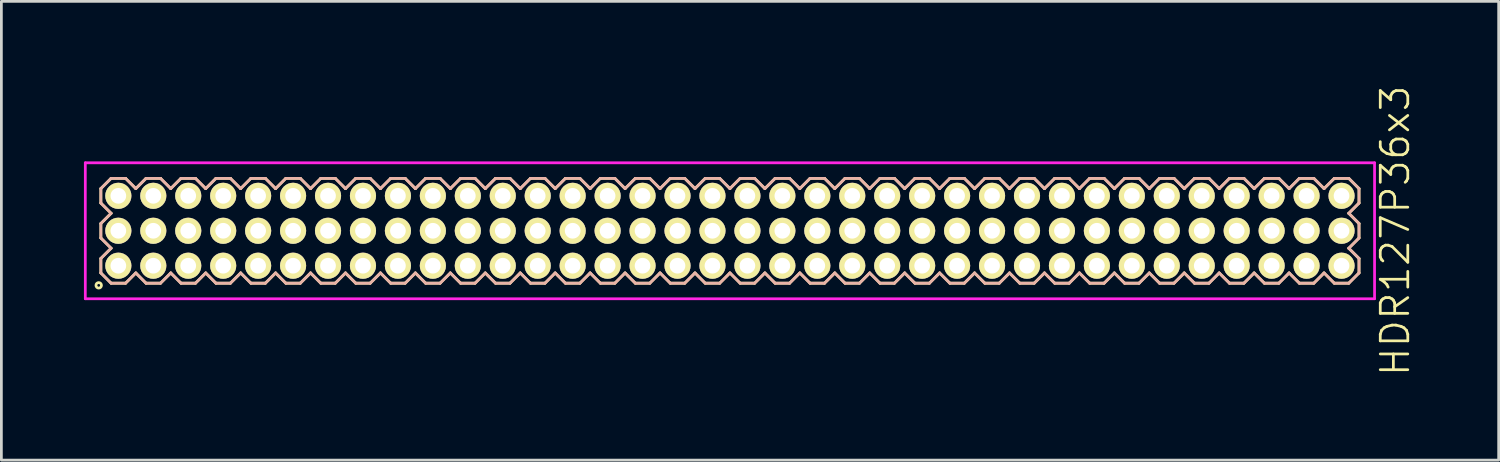
<source format=kicad_pcb>
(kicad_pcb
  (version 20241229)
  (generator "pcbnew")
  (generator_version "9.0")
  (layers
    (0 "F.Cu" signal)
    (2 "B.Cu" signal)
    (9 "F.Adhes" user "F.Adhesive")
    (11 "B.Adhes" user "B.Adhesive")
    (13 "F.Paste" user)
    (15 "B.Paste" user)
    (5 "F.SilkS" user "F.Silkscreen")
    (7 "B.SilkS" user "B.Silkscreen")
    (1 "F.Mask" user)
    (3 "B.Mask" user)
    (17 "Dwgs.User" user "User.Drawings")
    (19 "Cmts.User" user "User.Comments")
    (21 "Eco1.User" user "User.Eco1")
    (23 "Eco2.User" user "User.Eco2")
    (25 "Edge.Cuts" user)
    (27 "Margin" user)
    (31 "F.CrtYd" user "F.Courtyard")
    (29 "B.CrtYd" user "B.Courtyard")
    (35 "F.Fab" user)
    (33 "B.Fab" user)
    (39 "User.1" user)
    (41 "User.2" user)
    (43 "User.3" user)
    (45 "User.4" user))
  (footprint "HDR127P36x3"
    (layer "F.Cu")
    (at 23.475 5.336)
    (property "Reference" "HDR127P36x3" (at 24.175 0 90) (layer "F.SilkS") (effects (font (size 1 1) (thickness 0.1))))
    (attr through_hole)
    (fp_line (start -22.86 -1.533) (end -22.488 -1.905) (stroke (width 0.1) (type solid)) (layer "F.SilkS"))
    (fp_line (start -22.86 -1.007) (end -22.86 -1.533) (stroke (width 0.1) (type solid)) (layer "F.SilkS"))
    (fp_line (start -22.86 -0.263) (end -22.488 -0.635) (stroke (width 0.1) (type solid)) (layer "F.SilkS"))
    (fp_line (start -22.86 0.263) (end -22.86 -0.263) (stroke (width 0.1) (type solid)) (layer "F.SilkS"))
    (fp_line (start -22.86 1.007) (end -22.488 0.635) (stroke (width 0.1) (type solid)) (layer "F.SilkS"))
    (fp_line (start -22.86 1.533) (end -22.86 1.007) (stroke (width 0.1) (type solid)) (layer "F.SilkS"))
    (fp_line (start -22.488 -1.905) (end -21.962 -1.905) (stroke (width 0.1) (type solid)) (layer "F.SilkS"))
    (fp_line (start -22.488 -0.635) (end -22.86 -1.007) (stroke (width 0.1) (type solid)) (layer "F.SilkS"))
    (fp_line (start -22.488 0.635) (end -22.86 0.263) (stroke (width 0.1) (type solid)) (layer "F.SilkS"))
    (fp_line (start -22.488 1.905) (end -22.86 1.533) (stroke (width 0.1) (type solid)) (layer "F.SilkS"))
    (fp_line (start -21.962 -1.905) (end -21.59 -1.533) (stroke (width 0.1) (type solid)) (layer "F.SilkS"))
    (fp_line (start -21.962 1.905) (end -22.488 1.905) (stroke (width 0.1) (type solid)) (layer "F.SilkS"))
    (fp_line (start -21.59 -1.533) (end -21.218 -1.905) (stroke (width 0.1) (type solid)) (layer "F.SilkS"))
    (fp_line (start -21.59 1.533) (end -21.962 1.905) (stroke (width 0.1) (type solid)) (layer "F.SilkS"))
    (fp_line (start -21.218 -1.905) (end -20.692 -1.905) (stroke (width 0.1) (type solid)) (layer "F.SilkS"))
    (fp_line (start -21.218 1.905) (end -21.59 1.533) (stroke (width 0.1) (type solid)) (layer "F.SilkS"))
    (fp_line (start -20.692 -1.905) (end -20.32 -1.533) (stroke (width 0.1) (type solid)) (layer "F.SilkS"))
    (fp_line (start -20.692 1.905) (end -21.218 1.905) (stroke (width 0.1) (type solid)) (layer "F.SilkS"))
    (fp_line (start -20.32 -1.533) (end -19.948 -1.905) (stroke (width 0.1) (type solid)) (layer "F.SilkS"))
    (fp_line (start -20.32 1.533) (end -20.692 1.905) (stroke (width 0.1) (type solid)) (layer "F.SilkS"))
    (fp_line (start -19.948 -1.905) (end -19.422 -1.905) (stroke (width 0.1) (type solid)) (layer "F.SilkS"))
    (fp_line (start -19.948 1.905) (end -20.32 1.533) (stroke (width 0.1) (type solid)) (layer "F.SilkS"))
    (fp_line (start -19.422 -1.905) (end -19.05 -1.533) (stroke (width 0.1) (type solid)) (layer "F.SilkS"))
    (fp_line (start -19.422 1.905) (end -19.948 1.905) (stroke (width 0.1) (type solid)) (layer "F.SilkS"))
    (fp_line (start -19.05 -1.533) (end -18.678 -1.905) (stroke (width 0.1) (type solid)) (layer "F.SilkS"))
    (fp_line (start -19.05 1.533) (end -19.422 1.905) (stroke (width 0.1) (type solid)) (layer "F.SilkS"))
    (fp_line (start -18.678 -1.905) (end -18.152 -1.905) (stroke (width 0.1) (type solid)) (layer "F.SilkS"))
    (fp_line (start -18.678 1.905) (end -19.05 1.533) (stroke (width 0.1) (type solid)) (layer "F.SilkS"))
    (fp_line (start -18.152 -1.905) (end -17.78 -1.533) (stroke (width 0.1) (type solid)) (layer "F.SilkS"))
    (fp_line (start -18.152 1.905) (end -18.678 1.905) (stroke (width 0.1) (type solid)) (layer "F.SilkS"))
    (fp_line (start -17.78 -1.533) (end -17.408 -1.905) (stroke (width 0.1) (type solid)) (layer "F.SilkS"))
    (fp_line (start -17.78 1.533) (end -18.152 1.905) (stroke (width 0.1) (type solid)) (layer "F.SilkS"))
    (fp_line (start -17.408 -1.905) (end -16.882 -1.905) (stroke (width 0.1) (type solid)) (layer "F.SilkS"))
    (fp_line (start -17.408 1.905) (end -17.78 1.533) (stroke (width 0.1) (type solid)) (layer "F.SilkS"))
    (fp_line (start -16.882 -1.905) (end -16.51 -1.533) (stroke (width 0.1) (type solid)) (layer "F.SilkS"))
    (fp_line (start -16.882 1.905) (end -17.408 1.905) (stroke (width 0.1) (type solid)) (layer "F.SilkS"))
    (fp_line (start -16.51 -1.533) (end -16.138 -1.905) (stroke (width 0.1) (type solid)) (layer "F.SilkS"))
    (fp_line (start -16.51 1.533) (end -16.882 1.905) (stroke (width 0.1) (type solid)) (layer "F.SilkS"))
    (fp_line (start -16.138 -1.905) (end -15.612 -1.905) (stroke (width 0.1) (type solid)) (layer "F.SilkS"))
    (fp_line (start -16.138 1.905) (end -16.51 1.533) (stroke (width 0.1) (type solid)) (layer "F.SilkS"))
    (fp_line (start -15.612 -1.905) (end -15.24 -1.533) (stroke (width 0.1) (type solid)) (layer "F.SilkS"))
    (fp_line (start -15.612 1.905) (end -16.138 1.905) (stroke (width 0.1) (type solid)) (layer "F.SilkS"))
    (fp_line (start -15.24 -1.533) (end -14.868 -1.905) (stroke (width 0.1) (type solid)) (layer "F.SilkS"))
    (fp_line (start -15.24 1.533) (end -15.612 1.905) (stroke (width 0.1) (type solid)) (layer "F.SilkS"))
    (fp_line (start -14.868 -1.905) (end -14.342 -1.905) (stroke (width 0.1) (type solid)) (layer "F.SilkS"))
    (fp_line (start -14.868 1.905) (end -15.24 1.533) (stroke (width 0.1) (type solid)) (layer "F.SilkS"))
    (fp_line (start -14.342 -1.905) (end -13.97 -1.533) (stroke (width 0.1) (type solid)) (layer "F.SilkS"))
    (fp_line (start -14.342 1.905) (end -14.868 1.905) (stroke (width 0.1) (type solid)) (layer "F.SilkS"))
    (fp_line (start -13.97 -1.533) (end -13.598 -1.905) (stroke (width 0.1) (type solid)) (layer "F.SilkS"))
    (fp_line (start -13.97 1.533) (end -14.342 1.905) (stroke (width 0.1) (type solid)) (layer "F.SilkS"))
    (fp_line (start -13.598 -1.905) (end -13.072 -1.905) (stroke (width 0.1) (type solid)) (layer "F.SilkS"))
    (fp_line (start -13.598 1.905) (end -13.97 1.533) (stroke (width 0.1) (type solid)) (layer "F.SilkS"))
    (fp_line (start -13.072 -1.905) (end -12.7 -1.533) (stroke (width 0.1) (type solid)) (layer "F.SilkS"))
    (fp_line (start -13.072 1.905) (end -13.598 1.905) (stroke (width 0.1) (type solid)) (layer "F.SilkS"))
    (fp_line (start -12.7 -1.533) (end -12.328 -1.905) (stroke (width 0.1) (type solid)) (layer "F.SilkS"))
    (fp_line (start -12.7 1.533) (end -13.072 1.905) (stroke (width 0.1) (type solid)) (layer "F.SilkS"))
    (fp_line (start -12.328 -1.905) (end -11.802 -1.905) (stroke (width 0.1) (type solid)) (layer "F.SilkS"))
    (fp_line (start -12.328 1.905) (end -12.7 1.533) (stroke (width 0.1) (type solid)) (layer "F.SilkS"))
    (fp_line (start -11.802 -1.905) (end -11.43 -1.533) (stroke (width 0.1) (type solid)) (layer "F.SilkS"))
    (fp_line (start -11.802 1.905) (end -12.328 1.905) (stroke (width 0.1) (type solid)) (layer "F.SilkS"))
    (fp_line (start -11.43 -1.533) (end -11.058 -1.905) (stroke (width 0.1) (type solid)) (layer "F.SilkS"))
    (fp_line (start -11.43 1.533) (end -11.802 1.905) (stroke (width 0.1) (type solid)) (layer "F.SilkS"))
    (fp_line (start -11.058 -1.905) (end -10.532 -1.905) (stroke (width 0.1) (type solid)) (layer "F.SilkS"))
    (fp_line (start -11.058 1.905) (end -11.43 1.533) (stroke (width 0.1) (type solid)) (layer "F.SilkS"))
    (fp_line (start -10.532 -1.905) (end -10.16 -1.533) (stroke (width 0.1) (type solid)) (layer "F.SilkS"))
    (fp_line (start -10.532 1.905) (end -11.058 1.905) (stroke (width 0.1) (type solid)) (layer "F.SilkS"))
    (fp_line (start -10.16 -1.533) (end -9.788 -1.905) (stroke (width 0.1) (type solid)) (layer "F.SilkS"))
    (fp_line (start -10.16 1.533) (end -10.532 1.905) (stroke (width 0.1) (type solid)) (layer "F.SilkS"))
    (fp_line (start -9.788 -1.905) (end -9.262 -1.905) (stroke (width 0.1) (type solid)) (layer "F.SilkS"))
    (fp_line (start -9.788 1.905) (end -10.16 1.533) (stroke (width 0.1) (type solid)) (layer "F.SilkS"))
    (fp_line (start -9.262 -1.905) (end -8.89 -1.533) (stroke (width 0.1) (type solid)) (layer "F.SilkS"))
    (fp_line (start -9.262 1.905) (end -9.788 1.905) (stroke (width 0.1) (type solid)) (layer "F.SilkS"))
    (fp_line (start -8.89 -1.533) (end -8.518 -1.905) (stroke (width 0.1) (type solid)) (layer "F.SilkS"))
    (fp_line (start -8.89 1.533) (end -9.262 1.905) (stroke (width 0.1) (type solid)) (layer "F.SilkS"))
    (fp_line (start -8.518 -1.905) (end -7.992 -1.905) (stroke (width 0.1) (type solid)) (layer "F.SilkS"))
    (fp_line (start -8.518 1.905) (end -8.89 1.533) (stroke (width 0.1) (type solid)) (layer "F.SilkS"))
    (fp_line (start -7.992 -1.905) (end -7.62 -1.533) (stroke (width 0.1) (type solid)) (layer "F.SilkS"))
    (fp_line (start -7.992 1.905) (end -8.518 1.905) (stroke (width 0.1) (type solid)) (layer "F.SilkS"))
    (fp_line (start -7.62 -1.533) (end -7.248 -1.905) (stroke (width 0.1) (type solid)) (layer "F.SilkS"))
    (fp_line (start -7.62 1.533) (end -7.992 1.905) (stroke (width 0.1) (type solid)) (layer "F.SilkS"))
    (fp_line (start -7.248 -1.905) (end -6.722 -1.905) (stroke (width 0.1) (type solid)) (layer "F.SilkS"))
    (fp_line (start -7.248 1.905) (end -7.62 1.533) (stroke (width 0.1) (type solid)) (layer "F.SilkS"))
    (fp_line (start -6.722 -1.905) (end -6.35 -1.533) (stroke (width 0.1) (type solid)) (layer "F.SilkS"))
    (fp_line (start -6.722 1.905) (end -7.248 1.905) (stroke (width 0.1) (type solid)) (layer "F.SilkS"))
    (fp_line (start -6.35 -1.533) (end -5.978 -1.905) (stroke (width 0.1) (type solid)) (layer "F.SilkS"))
    (fp_line (start -6.35 1.533) (end -6.722 1.905) (stroke (width 0.1) (type solid)) (layer "F.SilkS"))
    (fp_line (start -5.978 -1.905) (end -5.452 -1.905) (stroke (width 0.1) (type solid)) (layer "F.SilkS"))
    (fp_line (start -5.978 1.905) (end -6.35 1.533) (stroke (width 0.1) (type solid)) (layer "F.SilkS"))
    (fp_line (start -5.452 -1.905) (end -5.08 -1.533) (stroke (width 0.1) (type solid)) (layer "F.SilkS"))
    (fp_line (start -5.452 1.905) (end -5.978 1.905) (stroke (width 0.1) (type solid)) (layer "F.SilkS"))
    (fp_line (start -5.08 -1.533) (end -4.708 -1.905) (stroke (width 0.1) (type solid)) (layer "F.SilkS"))
    (fp_line (start -5.08 1.533) (end -5.452 1.905) (stroke (width 0.1) (type solid)) (layer "F.SilkS"))
    (fp_line (start -4.708 -1.905) (end -4.182 -1.905) (stroke (width 0.1) (type solid)) (layer "F.SilkS"))
    (fp_line (start -4.708 1.905) (end -5.08 1.533) (stroke (width 0.1) (type solid)) (layer "F.SilkS"))
    (fp_line (start -4.182 -1.905) (end -3.81 -1.533) (stroke (width 0.1) (type solid)) (layer "F.SilkS"))
    (fp_line (start -4.182 1.905) (end -4.708 1.905) (stroke (width 0.1) (type solid)) (layer "F.SilkS"))
    (fp_line (start -3.81 -1.533) (end -3.438 -1.905) (stroke (width 0.1) (type solid)) (layer "F.SilkS"))
    (fp_line (start -3.81 1.533) (end -4.182 1.905) (stroke (width 0.1) (type solid)) (layer "F.SilkS"))
    (fp_line (start -3.438 -1.905) (end -2.912 -1.905) (stroke (width 0.1) (type solid)) (layer "F.SilkS"))
    (fp_line (start -3.438 1.905) (end -3.81 1.533) (stroke (width 0.1) (type solid)) (layer "F.SilkS"))
    (fp_line (start -2.912 -1.905) (end -2.54 -1.533) (stroke (width 0.1) (type solid)) (layer "F.SilkS"))
    (fp_line (start -2.912 1.905) (end -3.438 1.905) (stroke (width 0.1) (type solid)) (layer "F.SilkS"))
    (fp_line (start -2.54 -1.533) (end -2.168 -1.905) (stroke (width 0.1) (type solid)) (layer "F.SilkS"))
    (fp_line (start -2.54 1.533) (end -2.912 1.905) (stroke (width 0.1) (type solid)) (layer "F.SilkS"))
    (fp_line (start -2.168 -1.905) (end -1.642 -1.905) (stroke (width 0.1) (type solid)) (layer "F.SilkS"))
    (fp_line (start -2.168 1.905) (end -2.54 1.533) (stroke (width 0.1) (type solid)) (layer "F.SilkS"))
    (fp_line (start -1.642 -1.905) (end -1.27 -1.533) (stroke (width 0.1) (type solid)) (layer "F.SilkS"))
    (fp_line (start -1.642 1.905) (end -2.168 1.905) (stroke (width 0.1) (type solid)) (layer "F.SilkS"))
    (fp_line (start -1.27 -1.533) (end -0.898 -1.905) (stroke (width 0.1) (type solid)) (layer "F.SilkS"))
    (fp_line (start -1.27 1.533) (end -1.642 1.905) (stroke (width 0.1) (type solid)) (layer "F.SilkS"))
    (fp_line (start -0.898 -1.905) (end -0.372 -1.905) (stroke (width 0.1) (type solid)) (layer "F.SilkS"))
    (fp_line (start -0.898 1.905) (end -1.27 1.533) (stroke (width 0.1) (type solid)) (layer "F.SilkS"))
    (fp_line (start -0.372 -1.905) (end 0 -1.533) (stroke (width 0.1) (type solid)) (layer "F.SilkS"))
    (fp_line (start -0.372 1.905) (end -0.898 1.905) (stroke (width 0.1) (type solid)) (layer "F.SilkS"))
    (fp_line (start 0 -1.533) (end 0.372 -1.905) (stroke (width 0.1) (type solid)) (layer "F.SilkS"))
    (fp_line (start 0 1.533) (end -0.372 1.905) (stroke (width 0.1) (type solid)) (layer "F.SilkS"))
    (fp_line (start 0.372 -1.905) (end 0.898 -1.905) (stroke (width 0.1) (type solid)) (layer "F.SilkS"))
    (fp_line (start 0.372 1.905) (end 0 1.533) (stroke (width 0.1) (type solid)) (layer "F.SilkS"))
    (fp_line (start 0.898 -1.905) (end 1.27 -1.533) (stroke (width 0.1) (type solid)) (layer "F.SilkS"))
    (fp_line (start 0.898 1.905) (end 0.372 1.905) (stroke (width 0.1) (type solid)) (layer "F.SilkS"))
    (fp_line (start 1.27 -1.533) (end 1.642 -1.905) (stroke (width 0.1) (type solid)) (layer "F.SilkS"))
    (fp_line (start 1.27 1.533) (end 0.898 1.905) (stroke (width 0.1) (type solid)) (layer "F.SilkS"))
    (fp_line (start 1.642 -1.905) (end 2.168 -1.905) (stroke (width 0.1) (type solid)) (layer "F.SilkS"))
    (fp_line (start 1.642 1.905) (end 1.27 1.533) (stroke (width 0.1) (type solid)) (layer "F.SilkS"))
    (fp_line (start 2.168 -1.905) (end 2.54 -1.533) (stroke (width 0.1) (type solid)) (layer "F.SilkS"))
    (fp_line (start 2.168 1.905) (end 1.642 1.905) (stroke (width 0.1) (type solid)) (layer "F.SilkS"))
    (fp_line (start 2.54 -1.533) (end 2.912 -1.905) (stroke (width 0.1) (type solid)) (layer "F.SilkS"))
    (fp_line (start 2.54 1.533) (end 2.168 1.905) (stroke (width 0.1) (type solid)) (layer "F.SilkS"))
    (fp_line (start 2.912 -1.905) (end 3.438 -1.905) (stroke (width 0.1) (type solid)) (layer "F.SilkS"))
    (fp_line (start 2.912 1.905) (end 2.54 1.533) (stroke (width 0.1) (type solid)) (layer "F.SilkS"))
    (fp_line (start 3.438 -1.905) (end 3.81 -1.533) (stroke (width 0.1) (type solid)) (layer "F.SilkS"))
    (fp_line (start 3.438 1.905) (end 2.912 1.905) (stroke (width 0.1) (type solid)) (layer "F.SilkS"))
    (fp_line (start 3.81 -1.533) (end 4.182 -1.905) (stroke (width 0.1) (type solid)) (layer "F.SilkS"))
    (fp_line (start 3.81 1.533) (end 3.438 1.905) (stroke (width 0.1) (type solid)) (layer "F.SilkS"))
    (fp_line (start 4.182 -1.905) (end 4.708 -1.905) (stroke (width 0.1) (type solid)) (layer "F.SilkS"))
    (fp_line (start 4.182 1.905) (end 3.81 1.533) (stroke (width 0.1) (type solid)) (layer "F.SilkS"))
    (fp_line (start 4.708 -1.905) (end 5.08 -1.533) (stroke (width 0.1) (type solid)) (layer "F.SilkS"))
    (fp_line (start 4.708 1.905) (end 4.182 1.905) (stroke (width 0.1) (type solid)) (layer "F.SilkS"))
    (fp_line (start 5.08 -1.533) (end 5.452 -1.905) (stroke (width 0.1) (type solid)) (layer "F.SilkS"))
    (fp_line (start 5.08 1.533) (end 4.708 1.905) (stroke (width 0.1) (type solid)) (layer "F.SilkS"))
    (fp_line (start 5.452 -1.905) (end 5.978 -1.905) (stroke (width 0.1) (type solid)) (layer "F.SilkS"))
    (fp_line (start 5.452 1.905) (end 5.08 1.533) (stroke (width 0.1) (type solid)) (layer "F.SilkS"))
    (fp_line (start 5.978 -1.905) (end 6.35 -1.533) (stroke (width 0.1) (type solid)) (layer "F.SilkS"))
    (fp_line (start 5.978 1.905) (end 5.452 1.905) (stroke (width 0.1) (type solid)) (layer "F.SilkS"))
    (fp_line (start 6.35 -1.533) (end 6.722 -1.905) (stroke (width 0.1) (type solid)) (layer "F.SilkS"))
    (fp_line (start 6.35 1.533) (end 5.978 1.905) (stroke (width 0.1) (type solid)) (layer "F.SilkS"))
    (fp_line (start 6.722 -1.905) (end 7.248 -1.905) (stroke (width 0.1) (type solid)) (layer "F.SilkS"))
    (fp_line (start 6.722 1.905) (end 6.35 1.533) (stroke (width 0.1) (type solid)) (layer "F.SilkS"))
    (fp_line (start 7.248 -1.905) (end 7.62 -1.533) (stroke (width 0.1) (type solid)) (layer "F.SilkS"))
    (fp_line (start 7.248 1.905) (end 6.722 1.905) (stroke (width 0.1) (type solid)) (layer "F.SilkS"))
    (fp_line (start 7.62 -1.533) (end 7.992 -1.905) (stroke (width 0.1) (type solid)) (layer "F.SilkS"))
    (fp_line (start 7.62 1.533) (end 7.248 1.905) (stroke (width 0.1) (type solid)) (layer "F.SilkS"))
    (fp_line (start 7.992 -1.905) (end 8.518 -1.905) (stroke (width 0.1) (type solid)) (layer "F.SilkS"))
    (fp_line (start 7.992 1.905) (end 7.62 1.533) (stroke (width 0.1) (type solid)) (layer "F.SilkS"))
    (fp_line (start 8.518 -1.905) (end 8.89 -1.533) (stroke (width 0.1) (type solid)) (layer "F.SilkS"))
    (fp_line (start 8.518 1.905) (end 7.992 1.905) (stroke (width 0.1) (type solid)) (layer "F.SilkS"))
    (fp_line (start 8.89 -1.533) (end 9.262 -1.905) (stroke (width 0.1) (type solid)) (layer "F.SilkS"))
    (fp_line (start 8.89 1.533) (end 8.518 1.905) (stroke (width 0.1) (type solid)) (layer "F.SilkS"))
    (fp_line (start 9.262 -1.905) (end 9.788 -1.905) (stroke (width 0.1) (type solid)) (layer "F.SilkS"))
    (fp_line (start 9.262 1.905) (end 8.89 1.533) (stroke (width 0.1) (type solid)) (layer "F.SilkS"))
    (fp_line (start 9.788 -1.905) (end 10.16 -1.533) (stroke (width 0.1) (type solid)) (layer "F.SilkS"))
    (fp_line (start 9.788 1.905) (end 9.262 1.905) (stroke (width 0.1) (type solid)) (layer "F.SilkS"))
    (fp_line (start 10.16 -1.533) (end 10.532 -1.905) (stroke (width 0.1) (type solid)) (layer "F.SilkS"))
    (fp_line (start 10.16 1.533) (end 9.788 1.905) (stroke (width 0.1) (type solid)) (layer "F.SilkS"))
    (fp_line (start 10.532 -1.905) (end 11.058 -1.905) (stroke (width 0.1) (type solid)) (layer "F.SilkS"))
    (fp_line (start 10.532 1.905) (end 10.16 1.533) (stroke (width 0.1) (type solid)) (layer "F.SilkS"))
    (fp_line (start 11.058 -1.905) (end 11.43 -1.533) (stroke (width 0.1) (type solid)) (layer "F.SilkS"))
    (fp_line (start 11.058 1.905) (end 10.532 1.905) (stroke (width 0.1) (type solid)) (layer "F.SilkS"))
    (fp_line (start 11.43 -1.533) (end 11.802 -1.905) (stroke (width 0.1) (type solid)) (layer "F.SilkS"))
    (fp_line (start 11.43 1.533) (end 11.058 1.905) (stroke (width 0.1) (type solid)) (layer "F.SilkS"))
    (fp_line (start 11.802 -1.905) (end 12.328 -1.905) (stroke (width 0.1) (type solid)) (layer "F.SilkS"))
    (fp_line (start 11.802 1.905) (end 11.43 1.533) (stroke (width 0.1) (type solid)) (layer "F.SilkS"))
    (fp_line (start 12.328 -1.905) (end 12.7 -1.533) (stroke (width 0.1) (type solid)) (layer "F.SilkS"))
    (fp_line (start 12.328 1.905) (end 11.802 1.905) (stroke (width 0.1) (type solid)) (layer "F.SilkS"))
    (fp_line (start 12.7 -1.533) (end 13.072 -1.905) (stroke (width 0.1) (type solid)) (layer "F.SilkS"))
    (fp_line (start 12.7 1.533) (end 12.328 1.905) (stroke (width 0.1) (type solid)) (layer "F.SilkS"))
    (fp_line (start 13.072 -1.905) (end 13.598 -1.905) (stroke (width 0.1) (type solid)) (layer "F.SilkS"))
    (fp_line (start 13.072 1.905) (end 12.7 1.533) (stroke (width 0.1) (type solid)) (layer "F.SilkS"))
    (fp_line (start 13.598 -1.905) (end 13.97 -1.533) (stroke (width 0.1) (type solid)) (layer "F.SilkS"))
    (fp_line (start 13.598 1.905) (end 13.072 1.905) (stroke (width 0.1) (type solid)) (layer "F.SilkS"))
    (fp_line (start 13.97 -1.533) (end 14.342 -1.905) (stroke (width 0.1) (type solid)) (layer "F.SilkS"))
    (fp_line (start 13.97 1.533) (end 13.598 1.905) (stroke (width 0.1) (type solid)) (layer "F.SilkS"))
    (fp_line (start 14.342 -1.905) (end 14.868 -1.905) (stroke (width 0.1) (type solid)) (layer "F.SilkS"))
    (fp_line (start 14.342 1.905) (end 13.97 1.533) (stroke (width 0.1) (type solid)) (layer "F.SilkS"))
    (fp_line (start 14.868 -1.905) (end 15.24 -1.533) (stroke (width 0.1) (type solid)) (layer "F.SilkS"))
    (fp_line (start 14.868 1.905) (end 14.342 1.905) (stroke (width 0.1) (type solid)) (layer "F.SilkS"))
    (fp_line (start 15.24 -1.533) (end 15.612 -1.905) (stroke (width 0.1) (type solid)) (layer "F.SilkS"))
    (fp_line (start 15.24 1.533) (end 14.868 1.905) (stroke (width 0.1) (type solid)) (layer "F.SilkS"))
    (fp_line (start 15.612 -1.905) (end 16.138 -1.905) (stroke (width 0.1) (type solid)) (layer "F.SilkS"))
    (fp_line (start 15.612 1.905) (end 15.24 1.533) (stroke (width 0.1) (type solid)) (layer "F.SilkS"))
    (fp_line (start 16.138 -1.905) (end 16.51 -1.533) (stroke (width 0.1) (type solid)) (layer "F.SilkS"))
    (fp_line (start 16.138 1.905) (end 15.612 1.905) (stroke (width 0.1) (type solid)) (layer "F.SilkS"))
    (fp_line (start 16.51 -1.533) (end 16.882 -1.905) (stroke (width 0.1) (type solid)) (layer "F.SilkS"))
    (fp_line (start 16.51 1.533) (end 16.138 1.905) (stroke (width 0.1) (type solid)) (layer "F.SilkS"))
    (fp_line (start 16.882 -1.905) (end 17.408 -1.905) (stroke (width 0.1) (type solid)) (layer "F.SilkS"))
    (fp_line (start 16.882 1.905) (end 16.51 1.533) (stroke (width 0.1) (type solid)) (layer "F.SilkS"))
    (fp_line (start 17.408 -1.905) (end 17.78 -1.533) (stroke (width 0.1) (type solid)) (layer "F.SilkS"))
    (fp_line (start 17.408 1.905) (end 16.882 1.905) (stroke (width 0.1) (type solid)) (layer "F.SilkS"))
    (fp_line (start 17.78 -1.533) (end 18.152 -1.905) (stroke (width 0.1) (type solid)) (layer "F.SilkS"))
    (fp_line (start 17.78 1.533) (end 17.408 1.905) (stroke (width 0.1) (type solid)) (layer "F.SilkS"))
    (fp_line (start 18.152 -1.905) (end 18.678 -1.905) (stroke (width 0.1) (type solid)) (layer "F.SilkS"))
    (fp_line (start 18.152 1.905) (end 17.78 1.533) (stroke (width 0.1) (type solid)) (layer "F.SilkS"))
    (fp_line (start 18.678 -1.905) (end 19.05 -1.533) (stroke (width 0.1) (type solid)) (layer "F.SilkS"))
    (fp_line (start 18.678 1.905) (end 18.152 1.905) (stroke (width 0.1) (type solid)) (layer "F.SilkS"))
    (fp_line (start 19.05 -1.533) (end 19.422 -1.905) (stroke (width 0.1) (type solid)) (layer "F.SilkS"))
    (fp_line (start 19.05 1.533) (end 18.678 1.905) (stroke (width 0.1) (type solid)) (layer "F.SilkS"))
    (fp_line (start 19.422 -1.905) (end 19.948 -1.905) (stroke (width 0.1) (type solid)) (layer "F.SilkS"))
    (fp_line (start 19.422 1.905) (end 19.05 1.533) (stroke (width 0.1) (type solid)) (layer "F.SilkS"))
    (fp_line (start 19.948 -1.905) (end 20.32 -1.533) (stroke (width 0.1) (type solid)) (layer "F.SilkS"))
    (fp_line (start 19.948 1.905) (end 19.422 1.905) (stroke (width 0.1) (type solid)) (layer "F.SilkS"))
    (fp_line (start 20.32 -1.533) (end 20.692 -1.905) (stroke (width 0.1) (type solid)) (layer "F.SilkS"))
    (fp_line (start 20.32 1.533) (end 19.948 1.905) (stroke (width 0.1) (type solid)) (layer "F.SilkS"))
    (fp_line (start 20.692 -1.905) (end 21.218 -1.905) (stroke (width 0.1) (type solid)) (layer "F.SilkS"))
    (fp_line (start 20.692 1.905) (end 20.32 1.533) (stroke (width 0.1) (type solid)) (layer "F.SilkS"))
    (fp_line (start 21.218 -1.905) (end 21.59 -1.533) (stroke (width 0.1) (type solid)) (layer "F.SilkS"))
    (fp_line (start 21.218 1.905) (end 20.692 1.905) (stroke (width 0.1) (type solid)) (layer "F.SilkS"))
    (fp_line (start 21.59 -1.533) (end 21.962 -1.905) (stroke (width 0.1) (type solid)) (layer "F.SilkS"))
    (fp_line (start 21.59 1.533) (end 21.218 1.905) (stroke (width 0.1) (type solid)) (layer "F.SilkS"))
    (fp_line (start 21.962 -1.905) (end 22.488 -1.905) (stroke (width 0.1) (type solid)) (layer "F.SilkS"))
    (fp_line (start 21.962 1.905) (end 21.59 1.533) (stroke (width 0.1) (type solid)) (layer "F.SilkS"))
    (fp_line (start 22.488 -1.905) (end 22.86 -1.533) (stroke (width 0.1) (type solid)) (layer "F.SilkS"))
    (fp_line (start 22.488 -0.635) (end 22.86 -0.263) (stroke (width 0.1) (type solid)) (layer "F.SilkS"))
    (fp_line (start 22.488 0.635) (end 22.86 1.007) (stroke (width 0.1) (type solid)) (layer "F.SilkS"))
    (fp_line (start 22.488 1.905) (end 21.962 1.905) (stroke (width 0.1) (type solid)) (layer "F.SilkS"))
    (fp_line (start 22.86 -1.533) (end 22.86 -1.007) (stroke (width 0.1) (type solid)) (layer "F.SilkS"))
    (fp_line (start 22.86 -1.007) (end 22.488 -0.635) (stroke (width 0.1) (type solid)) (layer "F.SilkS"))
    (fp_line (start 22.86 -0.263) (end 22.86 0.263) (stroke (width 0.1) (type solid)) (layer "F.SilkS"))
    (fp_line (start 22.86 0.263) (end 22.488 0.635) (stroke (width 0.1) (type solid)) (layer "F.SilkS"))
    (fp_line (start 22.86 1.007) (end 22.86 1.533) (stroke (width 0.1) (type solid)) (layer "F.SilkS"))
    (fp_line (start 22.86 1.533) (end 22.488 1.905) (stroke (width 0.1) (type solid)) (layer "F.SilkS"))
    (fp_circle (center -22.938 1.983) (end -22.838 1.983) (stroke (width 0.1) (type solid)) (fill no) (layer "F.SilkS"))
    (fp_line (start -22.86 -1.533) (end -22.488 -1.905) (stroke (width 0.1) (type solid)) (layer "B.SilkS"))
    (fp_line (start -22.86 -1.007) (end -22.86 -1.533) (stroke (width 0.1) (type solid)) (layer "B.SilkS"))
    (fp_line (start -22.86 -0.263) (end -22.488 -0.635) (stroke (width 0.1) (type solid)) (layer "B.SilkS"))
    (fp_line (start -22.86 0.263) (end -22.86 -0.263) (stroke (width 0.1) (type solid)) (layer "B.SilkS"))
    (fp_line (start -22.86 1.007) (end -22.488 0.635) (stroke (width 0.1) (type solid)) (layer "B.SilkS"))
    (fp_line (start -22.86 1.533) (end -22.86 1.007) (stroke (width 0.1) (type solid)) (layer "B.SilkS"))
    (fp_line (start -22.488 -1.905) (end -21.962 -1.905) (stroke (width 0.1) (type solid)) (layer "B.SilkS"))
    (fp_line (start -22.488 -0.635) (end -22.86 -1.007) (stroke (width 0.1) (type solid)) (layer "B.SilkS"))
    (fp_line (start -22.488 0.635) (end -22.86 0.263) (stroke (width 0.1) (type solid)) (layer "B.SilkS"))
    (fp_line (start -22.488 1.905) (end -22.86 1.533) (stroke (width 0.1) (type solid)) (layer "B.SilkS"))
    (fp_line (start -21.962 -1.905) (end -21.59 -1.533) (stroke (width 0.1) (type solid)) (layer "B.SilkS"))
    (fp_line (start -21.962 1.905) (end -22.488 1.905) (stroke (width 0.1) (type solid)) (layer "B.SilkS"))
    (fp_line (start -21.59 -1.533) (end -21.218 -1.905) (stroke (width 0.1) (type solid)) (layer "B.SilkS"))
    (fp_line (start -21.59 1.533) (end -21.962 1.905) (stroke (width 0.1) (type solid)) (layer "B.SilkS"))
    (fp_line (start -21.218 -1.905) (end -20.692 -1.905) (stroke (width 0.1) (type solid)) (layer "B.SilkS"))
    (fp_line (start -21.218 1.905) (end -21.59 1.533) (stroke (width 0.1) (type solid)) (layer "B.SilkS"))
    (fp_line (start -20.692 -1.905) (end -20.32 -1.533) (stroke (width 0.1) (type solid)) (layer "B.SilkS"))
    (fp_line (start -20.692 1.905) (end -21.218 1.905) (stroke (width 0.1) (type solid)) (layer "B.SilkS"))
    (fp_line (start -20.32 -1.533) (end -19.948 -1.905) (stroke (width 0.1) (type solid)) (layer "B.SilkS"))
    (fp_line (start -20.32 1.533) (end -20.692 1.905) (stroke (width 0.1) (type solid)) (layer "B.SilkS"))
    (fp_line (start -19.948 -1.905) (end -19.422 -1.905) (stroke (width 0.1) (type solid)) (layer "B.SilkS"))
    (fp_line (start -19.948 1.905) (end -20.32 1.533) (stroke (width 0.1) (type solid)) (layer "B.SilkS"))
    (fp_line (start -19.422 -1.905) (end -19.05 -1.533) (stroke (width 0.1) (type solid)) (layer "B.SilkS"))
    (fp_line (start -19.422 1.905) (end -19.948 1.905) (stroke (width 0.1) (type solid)) (layer "B.SilkS"))
    (fp_line (start -19.05 -1.533) (end -18.678 -1.905) (stroke (width 0.1) (type solid)) (layer "B.SilkS"))
    (fp_line (start -19.05 1.533) (end -19.422 1.905) (stroke (width 0.1) (type solid)) (layer "B.SilkS"))
    (fp_line (start -18.678 -1.905) (end -18.152 -1.905) (stroke (width 0.1) (type solid)) (layer "B.SilkS"))
    (fp_line (start -18.678 1.905) (end -19.05 1.533) (stroke (width 0.1) (type solid)) (layer "B.SilkS"))
    (fp_line (start -18.152 -1.905) (end -17.78 -1.533) (stroke (width 0.1) (type solid)) (layer "B.SilkS"))
    (fp_line (start -18.152 1.905) (end -18.678 1.905) (stroke (width 0.1) (type solid)) (layer "B.SilkS"))
    (fp_line (start -17.78 -1.533) (end -17.408 -1.905) (stroke (width 0.1) (type solid)) (layer "B.SilkS"))
    (fp_line (start -17.78 1.533) (end -18.152 1.905) (stroke (width 0.1) (type solid)) (layer "B.SilkS"))
    (fp_line (start -17.408 -1.905) (end -16.882 -1.905) (stroke (width 0.1) (type solid)) (layer "B.SilkS"))
    (fp_line (start -17.408 1.905) (end -17.78 1.533) (stroke (width 0.1) (type solid)) (layer "B.SilkS"))
    (fp_line (start -16.882 -1.905) (end -16.51 -1.533) (stroke (width 0.1) (type solid)) (layer "B.SilkS"))
    (fp_line (start -16.882 1.905) (end -17.408 1.905) (stroke (width 0.1) (type solid)) (layer "B.SilkS"))
    (fp_line (start -16.51 -1.533) (end -16.138 -1.905) (stroke (width 0.1) (type solid)) (layer "B.SilkS"))
    (fp_line (start -16.51 1.533) (end -16.882 1.905) (stroke (width 0.1) (type solid)) (layer "B.SilkS"))
    (fp_line (start -16.138 -1.905) (end -15.612 -1.905) (stroke (width 0.1) (type solid)) (layer "B.SilkS"))
    (fp_line (start -16.138 1.905) (end -16.51 1.533) (stroke (width 0.1) (type solid)) (layer "B.SilkS"))
    (fp_line (start -15.612 -1.905) (end -15.24 -1.533) (stroke (width 0.1) (type solid)) (layer "B.SilkS"))
    (fp_line (start -15.612 1.905) (end -16.138 1.905) (stroke (width 0.1) (type solid)) (layer "B.SilkS"))
    (fp_line (start -15.24 -1.533) (end -14.868 -1.905) (stroke (width 0.1) (type solid)) (layer "B.SilkS"))
    (fp_line (start -15.24 1.533) (end -15.612 1.905) (stroke (width 0.1) (type solid)) (layer "B.SilkS"))
    (fp_line (start -14.868 -1.905) (end -14.342 -1.905) (stroke (width 0.1) (type solid)) (layer "B.SilkS"))
    (fp_line (start -14.868 1.905) (end -15.24 1.533) (stroke (width 0.1) (type solid)) (layer "B.SilkS"))
    (fp_line (start -14.342 -1.905) (end -13.97 -1.533) (stroke (width 0.1) (type solid)) (layer "B.SilkS"))
    (fp_line (start -14.342 1.905) (end -14.868 1.905) (stroke (width 0.1) (type solid)) (layer "B.SilkS"))
    (fp_line (start -13.97 -1.533) (end -13.598 -1.905) (stroke (width 0.1) (type solid)) (layer "B.SilkS"))
    (fp_line (start -13.97 1.533) (end -14.342 1.905) (stroke (width 0.1) (type solid)) (layer "B.SilkS"))
    (fp_line (start -13.598 -1.905) (end -13.072 -1.905) (stroke (width 0.1) (type solid)) (layer "B.SilkS"))
    (fp_line (start -13.598 1.905) (end -13.97 1.533) (stroke (width 0.1) (type solid)) (layer "B.SilkS"))
    (fp_line (start -13.072 -1.905) (end -12.7 -1.533) (stroke (width 0.1) (type solid)) (layer "B.SilkS"))
    (fp_line (start -13.072 1.905) (end -13.598 1.905) (stroke (width 0.1) (type solid)) (layer "B.SilkS"))
    (fp_line (start -12.7 -1.533) (end -12.328 -1.905) (stroke (width 0.1) (type solid)) (layer "B.SilkS"))
    (fp_line (start -12.7 1.533) (end -13.072 1.905) (stroke (width 0.1) (type solid)) (layer "B.SilkS"))
    (fp_line (start -12.328 -1.905) (end -11.802 -1.905) (stroke (width 0.1) (type solid)) (layer "B.SilkS"))
    (fp_line (start -12.328 1.905) (end -12.7 1.533) (stroke (width 0.1) (type solid)) (layer "B.SilkS"))
    (fp_line (start -11.802 -1.905) (end -11.43 -1.533) (stroke (width 0.1) (type solid)) (layer "B.SilkS"))
    (fp_line (start -11.802 1.905) (end -12.328 1.905) (stroke (width 0.1) (type solid)) (layer "B.SilkS"))
    (fp_line (start -11.43 -1.533) (end -11.058 -1.905) (stroke (width 0.1) (type solid)) (layer "B.SilkS"))
    (fp_line (start -11.43 1.533) (end -11.802 1.905) (stroke (width 0.1) (type solid)) (layer "B.SilkS"))
    (fp_line (start -11.058 -1.905) (end -10.532 -1.905) (stroke (width 0.1) (type solid)) (layer "B.SilkS"))
    (fp_line (start -11.058 1.905) (end -11.43 1.533) (stroke (width 0.1) (type solid)) (layer "B.SilkS"))
    (fp_line (start -10.532 -1.905) (end -10.16 -1.533) (stroke (width 0.1) (type solid)) (layer "B.SilkS"))
    (fp_line (start -10.532 1.905) (end -11.058 1.905) (stroke (width 0.1) (type solid)) (layer "B.SilkS"))
    (fp_line (start -10.16 -1.533) (end -9.788 -1.905) (stroke (width 0.1) (type solid)) (layer "B.SilkS"))
    (fp_line (start -10.16 1.533) (end -10.532 1.905) (stroke (width 0.1) (type solid)) (layer "B.SilkS"))
    (fp_line (start -9.788 -1.905) (end -9.262 -1.905) (stroke (width 0.1) (type solid)) (layer "B.SilkS"))
    (fp_line (start -9.788 1.905) (end -10.16 1.533) (stroke (width 0.1) (type solid)) (layer "B.SilkS"))
    (fp_line (start -9.262 -1.905) (end -8.89 -1.533) (stroke (width 0.1) (type solid)) (layer "B.SilkS"))
    (fp_line (start -9.262 1.905) (end -9.788 1.905) (stroke (width 0.1) (type solid)) (layer "B.SilkS"))
    (fp_line (start -8.89 -1.533) (end -8.518 -1.905) (stroke (width 0.1) (type solid)) (layer "B.SilkS"))
    (fp_line (start -8.89 1.533) (end -9.262 1.905) (stroke (width 0.1) (type solid)) (layer "B.SilkS"))
    (fp_line (start -8.518 -1.905) (end -7.992 -1.905) (stroke (width 0.1) (type solid)) (layer "B.SilkS"))
    (fp_line (start -8.518 1.905) (end -8.89 1.533) (stroke (width 0.1) (type solid)) (layer "B.SilkS"))
    (fp_line (start -7.992 -1.905) (end -7.62 -1.533) (stroke (width 0.1) (type solid)) (layer "B.SilkS"))
    (fp_line (start -7.992 1.905) (end -8.518 1.905) (stroke (width 0.1) (type solid)) (layer "B.SilkS"))
    (fp_line (start -7.62 -1.533) (end -7.248 -1.905) (stroke (width 0.1) (type solid)) (layer "B.SilkS"))
    (fp_line (start -7.62 1.533) (end -7.992 1.905) (stroke (width 0.1) (type solid)) (layer "B.SilkS"))
    (fp_line (start -7.248 -1.905) (end -6.722 -1.905) (stroke (width 0.1) (type solid)) (layer "B.SilkS"))
    (fp_line (start -7.248 1.905) (end -7.62 1.533) (stroke (width 0.1) (type solid)) (layer "B.SilkS"))
    (fp_line (start -6.722 -1.905) (end -6.35 -1.533) (stroke (width 0.1) (type solid)) (layer "B.SilkS"))
    (fp_line (start -6.722 1.905) (end -7.248 1.905) (stroke (width 0.1) (type solid)) (layer "B.SilkS"))
    (fp_line (start -6.35 -1.533) (end -5.978 -1.905) (stroke (width 0.1) (type solid)) (layer "B.SilkS"))
    (fp_line (start -6.35 1.533) (end -6.722 1.905) (stroke (width 0.1) (type solid)) (layer "B.SilkS"))
    (fp_line (start -5.978 -1.905) (end -5.452 -1.905) (stroke (width 0.1) (type solid)) (layer "B.SilkS"))
    (fp_line (start -5.978 1.905) (end -6.35 1.533) (stroke (width 0.1) (type solid)) (layer "B.SilkS"))
    (fp_line (start -5.452 -1.905) (end -5.08 -1.533) (stroke (width 0.1) (type solid)) (layer "B.SilkS"))
    (fp_line (start -5.452 1.905) (end -5.978 1.905) (stroke (width 0.1) (type solid)) (layer "B.SilkS"))
    (fp_line (start -5.08 -1.533) (end -4.708 -1.905) (stroke (width 0.1) (type solid)) (layer "B.SilkS"))
    (fp_line (start -5.08 1.533) (end -5.452 1.905) (stroke (width 0.1) (type solid)) (layer "B.SilkS"))
    (fp_line (start -4.708 -1.905) (end -4.182 -1.905) (stroke (width 0.1) (type solid)) (layer "B.SilkS"))
    (fp_line (start -4.708 1.905) (end -5.08 1.533) (stroke (width 0.1) (type solid)) (layer "B.SilkS"))
    (fp_line (start -4.182 -1.905) (end -3.81 -1.533) (stroke (width 0.1) (type solid)) (layer "B.SilkS"))
    (fp_line (start -4.182 1.905) (end -4.708 1.905) (stroke (width 0.1) (type solid)) (layer "B.SilkS"))
    (fp_line (start -3.81 -1.533) (end -3.438 -1.905) (stroke (width 0.1) (type solid)) (layer "B.SilkS"))
    (fp_line (start -3.81 1.533) (end -4.182 1.905) (stroke (width 0.1) (type solid)) (layer "B.SilkS"))
    (fp_line (start -3.438 -1.905) (end -2.912 -1.905) (stroke (width 0.1) (type solid)) (layer "B.SilkS"))
    (fp_line (start -3.438 1.905) (end -3.81 1.533) (stroke (width 0.1) (type solid)) (layer "B.SilkS"))
    (fp_line (start -2.912 -1.905) (end -2.54 -1.533) (stroke (width 0.1) (type solid)) (layer "B.SilkS"))
    (fp_line (start -2.912 1.905) (end -3.438 1.905) (stroke (width 0.1) (type solid)) (layer "B.SilkS"))
    (fp_line (start -2.54 -1.533) (end -2.168 -1.905) (stroke (width 0.1) (type solid)) (layer "B.SilkS"))
    (fp_line (start -2.54 1.533) (end -2.912 1.905) (stroke (width 0.1) (type solid)) (layer "B.SilkS"))
    (fp_line (start -2.168 -1.905) (end -1.642 -1.905) (stroke (width 0.1) (type solid)) (layer "B.SilkS"))
    (fp_line (start -2.168 1.905) (end -2.54 1.533) (stroke (width 0.1) (type solid)) (layer "B.SilkS"))
    (fp_line (start -1.642 -1.905) (end -1.27 -1.533) (stroke (width 0.1) (type solid)) (layer "B.SilkS"))
    (fp_line (start -1.642 1.905) (end -2.168 1.905) (stroke (width 0.1) (type solid)) (layer "B.SilkS"))
    (fp_line (start -1.27 -1.533) (end -0.898 -1.905) (stroke (width 0.1) (type solid)) (layer "B.SilkS"))
    (fp_line (start -1.27 1.533) (end -1.642 1.905) (stroke (width 0.1) (type solid)) (layer "B.SilkS"))
    (fp_line (start -0.898 -1.905) (end -0.372 -1.905) (stroke (width 0.1) (type solid)) (layer "B.SilkS"))
    (fp_line (start -0.898 1.905) (end -1.27 1.533) (stroke (width 0.1) (type solid)) (layer "B.SilkS"))
    (fp_line (start -0.372 -1.905) (end 0 -1.533) (stroke (width 0.1) (type solid)) (layer "B.SilkS"))
    (fp_line (start -0.372 1.905) (end -0.898 1.905) (stroke (width 0.1) (type solid)) (layer "B.SilkS"))
    (fp_line (start 0 -1.533) (end 0.372 -1.905) (stroke (width 0.1) (type solid)) (layer "B.SilkS"))
    (fp_line (start 0 1.533) (end -0.372 1.905) (stroke (width 0.1) (type solid)) (layer "B.SilkS"))
    (fp_line (start 0.372 -1.905) (end 0.898 -1.905) (stroke (width 0.1) (type solid)) (layer "B.SilkS"))
    (fp_line (start 0.372 1.905) (end 0 1.533) (stroke (width 0.1) (type solid)) (layer "B.SilkS"))
    (fp_line (start 0.898 -1.905) (end 1.27 -1.533) (stroke (width 0.1) (type solid)) (layer "B.SilkS"))
    (fp_line (start 0.898 1.905) (end 0.372 1.905) (stroke (width 0.1) (type solid)) (layer "B.SilkS"))
    (fp_line (start 1.27 -1.533) (end 1.642 -1.905) (stroke (width 0.1) (type solid)) (layer "B.SilkS"))
    (fp_line (start 1.27 1.533) (end 0.898 1.905) (stroke (width 0.1) (type solid)) (layer "B.SilkS"))
    (fp_line (start 1.642 -1.905) (end 2.168 -1.905) (stroke (width 0.1) (type solid)) (layer "B.SilkS"))
    (fp_line (start 1.642 1.905) (end 1.27 1.533) (stroke (width 0.1) (type solid)) (layer "B.SilkS"))
    (fp_line (start 2.168 -1.905) (end 2.54 -1.533) (stroke (width 0.1) (type solid)) (layer "B.SilkS"))
    (fp_line (start 2.168 1.905) (end 1.642 1.905) (stroke (width 0.1) (type solid)) (layer "B.SilkS"))
    (fp_line (start 2.54 -1.533) (end 2.912 -1.905) (stroke (width 0.1) (type solid)) (layer "B.SilkS"))
    (fp_line (start 2.54 1.533) (end 2.168 1.905) (stroke (width 0.1) (type solid)) (layer "B.SilkS"))
    (fp_line (start 2.912 -1.905) (end 3.438 -1.905) (stroke (width 0.1) (type solid)) (layer "B.SilkS"))
    (fp_line (start 2.912 1.905) (end 2.54 1.533) (stroke (width 0.1) (type solid)) (layer "B.SilkS"))
    (fp_line (start 3.438 -1.905) (end 3.81 -1.533) (stroke (width 0.1) (type solid)) (layer "B.SilkS"))
    (fp_line (start 3.438 1.905) (end 2.912 1.905) (stroke (width 0.1) (type solid)) (layer "B.SilkS"))
    (fp_line (start 3.81 -1.533) (end 4.182 -1.905) (stroke (width 0.1) (type solid)) (layer "B.SilkS"))
    (fp_line (start 3.81 1.533) (end 3.438 1.905) (stroke (width 0.1) (type solid)) (layer "B.SilkS"))
    (fp_line (start 4.182 -1.905) (end 4.708 -1.905) (stroke (width 0.1) (type solid)) (layer "B.SilkS"))
    (fp_line (start 4.182 1.905) (end 3.81 1.533) (stroke (width 0.1) (type solid)) (layer "B.SilkS"))
    (fp_line (start 4.708 -1.905) (end 5.08 -1.533) (stroke (width 0.1) (type solid)) (layer "B.SilkS"))
    (fp_line (start 4.708 1.905) (end 4.182 1.905) (stroke (width 0.1) (type solid)) (layer "B.SilkS"))
    (fp_line (start 5.08 -1.533) (end 5.452 -1.905) (stroke (width 0.1) (type solid)) (layer "B.SilkS"))
    (fp_line (start 5.08 1.533) (end 4.708 1.905) (stroke (width 0.1) (type solid)) (layer "B.SilkS"))
    (fp_line (start 5.452 -1.905) (end 5.978 -1.905) (stroke (width 0.1) (type solid)) (layer "B.SilkS"))
    (fp_line (start 5.452 1.905) (end 5.08 1.533) (stroke (width 0.1) (type solid)) (layer "B.SilkS"))
    (fp_line (start 5.978 -1.905) (end 6.35 -1.533) (stroke (width 0.1) (type solid)) (layer "B.SilkS"))
    (fp_line (start 5.978 1.905) (end 5.452 1.905) (stroke (width 0.1) (type solid)) (layer "B.SilkS"))
    (fp_line (start 6.35 -1.533) (end 6.722 -1.905) (stroke (width 0.1) (type solid)) (layer "B.SilkS"))
    (fp_line (start 6.35 1.533) (end 5.978 1.905) (stroke (width 0.1) (type solid)) (layer "B.SilkS"))
    (fp_line (start 6.722 -1.905) (end 7.248 -1.905) (stroke (width 0.1) (type solid)) (layer "B.SilkS"))
    (fp_line (start 6.722 1.905) (end 6.35 1.533) (stroke (width 0.1) (type solid)) (layer "B.SilkS"))
    (fp_line (start 7.248 -1.905) (end 7.62 -1.533) (stroke (width 0.1) (type solid)) (layer "B.SilkS"))
    (fp_line (start 7.248 1.905) (end 6.722 1.905) (stroke (width 0.1) (type solid)) (layer "B.SilkS"))
    (fp_line (start 7.62 -1.533) (end 7.992 -1.905) (stroke (width 0.1) (type solid)) (layer "B.SilkS"))
    (fp_line (start 7.62 1.533) (end 7.248 1.905) (stroke (width 0.1) (type solid)) (layer "B.SilkS"))
    (fp_line (start 7.992 -1.905) (end 8.518 -1.905) (stroke (width 0.1) (type solid)) (layer "B.SilkS"))
    (fp_line (start 7.992 1.905) (end 7.62 1.533) (stroke (width 0.1) (type solid)) (layer "B.SilkS"))
    (fp_line (start 8.518 -1.905) (end 8.89 -1.533) (stroke (width 0.1) (type solid)) (layer "B.SilkS"))
    (fp_line (start 8.518 1.905) (end 7.992 1.905) (stroke (width 0.1) (type solid)) (layer "B.SilkS"))
    (fp_line (start 8.89 -1.533) (end 9.262 -1.905) (stroke (width 0.1) (type solid)) (layer "B.SilkS"))
    (fp_line (start 8.89 1.533) (end 8.518 1.905) (stroke (width 0.1) (type solid)) (layer "B.SilkS"))
    (fp_line (start 9.262 -1.905) (end 9.788 -1.905) (stroke (width 0.1) (type solid)) (layer "B.SilkS"))
    (fp_line (start 9.262 1.905) (end 8.89 1.533) (stroke (width 0.1) (type solid)) (layer "B.SilkS"))
    (fp_line (start 9.788 -1.905) (end 10.16 -1.533) (stroke (width 0.1) (type solid)) (layer "B.SilkS"))
    (fp_line (start 9.788 1.905) (end 9.262 1.905) (stroke (width 0.1) (type solid)) (layer "B.SilkS"))
    (fp_line (start 10.16 -1.533) (end 10.532 -1.905) (stroke (width 0.1) (type solid)) (layer "B.SilkS"))
    (fp_line (start 10.16 1.533) (end 9.788 1.905) (stroke (width 0.1) (type solid)) (layer "B.SilkS"))
    (fp_line (start 10.532 -1.905) (end 11.058 -1.905) (stroke (width 0.1) (type solid)) (layer "B.SilkS"))
    (fp_line (start 10.532 1.905) (end 10.16 1.533) (stroke (width 0.1) (type solid)) (layer "B.SilkS"))
    (fp_line (start 11.058 -1.905) (end 11.43 -1.533) (stroke (width 0.1) (type solid)) (layer "B.SilkS"))
    (fp_line (start 11.058 1.905) (end 10.532 1.905) (stroke (width 0.1) (type solid)) (layer "B.SilkS"))
    (fp_line (start 11.43 -1.533) (end 11.802 -1.905) (stroke (width 0.1) (type solid)) (layer "B.SilkS"))
    (fp_line (start 11.43 1.533) (end 11.058 1.905) (stroke (width 0.1) (type solid)) (layer "B.SilkS"))
    (fp_line (start 11.802 -1.905) (end 12.328 -1.905) (stroke (width 0.1) (type solid)) (layer "B.SilkS"))
    (fp_line (start 11.802 1.905) (end 11.43 1.533) (stroke (width 0.1) (type solid)) (layer "B.SilkS"))
    (fp_line (start 12.328 -1.905) (end 12.7 -1.533) (stroke (width 0.1) (type solid)) (layer "B.SilkS"))
    (fp_line (start 12.328 1.905) (end 11.802 1.905) (stroke (width 0.1) (type solid)) (layer "B.SilkS"))
    (fp_line (start 12.7 -1.533) (end 13.072 -1.905) (stroke (width 0.1) (type solid)) (layer "B.SilkS"))
    (fp_line (start 12.7 1.533) (end 12.328 1.905) (stroke (width 0.1) (type solid)) (layer "B.SilkS"))
    (fp_line (start 13.072 -1.905) (end 13.598 -1.905) (stroke (width 0.1) (type solid)) (layer "B.SilkS"))
    (fp_line (start 13.072 1.905) (end 12.7 1.533) (stroke (width 0.1) (type solid)) (layer "B.SilkS"))
    (fp_line (start 13.598 -1.905) (end 13.97 -1.533) (stroke (width 0.1) (type solid)) (layer "B.SilkS"))
    (fp_line (start 13.598 1.905) (end 13.072 1.905) (stroke (width 0.1) (type solid)) (layer "B.SilkS"))
    (fp_line (start 13.97 -1.533) (end 14.342 -1.905) (stroke (width 0.1) (type solid)) (layer "B.SilkS"))
    (fp_line (start 13.97 1.533) (end 13.598 1.905) (stroke (width 0.1) (type solid)) (layer "B.SilkS"))
    (fp_line (start 14.342 -1.905) (end 14.868 -1.905) (stroke (width 0.1) (type solid)) (layer "B.SilkS"))
    (fp_line (start 14.342 1.905) (end 13.97 1.533) (stroke (width 0.1) (type solid)) (layer "B.SilkS"))
    (fp_line (start 14.868 -1.905) (end 15.24 -1.533) (stroke (width 0.1) (type solid)) (layer "B.SilkS"))
    (fp_line (start 14.868 1.905) (end 14.342 1.905) (stroke (width 0.1) (type solid)) (layer "B.SilkS"))
    (fp_line (start 15.24 -1.533) (end 15.612 -1.905) (stroke (width 0.1) (type solid)) (layer "B.SilkS"))
    (fp_line (start 15.24 1.533) (end 14.868 1.905) (stroke (width 0.1) (type solid)) (layer "B.SilkS"))
    (fp_line (start 15.612 -1.905) (end 16.138 -1.905) (stroke (width 0.1) (type solid)) (layer "B.SilkS"))
    (fp_line (start 15.612 1.905) (end 15.24 1.533) (stroke (width 0.1) (type solid)) (layer "B.SilkS"))
    (fp_line (start 16.138 -1.905) (end 16.51 -1.533) (stroke (width 0.1) (type solid)) (layer "B.SilkS"))
    (fp_line (start 16.138 1.905) (end 15.612 1.905) (stroke (width 0.1) (type solid)) (layer "B.SilkS"))
    (fp_line (start 16.51 -1.533) (end 16.882 -1.905) (stroke (width 0.1) (type solid)) (layer "B.SilkS"))
    (fp_line (start 16.51 1.533) (end 16.138 1.905) (stroke (width 0.1) (type solid)) (layer "B.SilkS"))
    (fp_line (start 16.882 -1.905) (end 17.408 -1.905) (stroke (width 0.1) (type solid)) (layer "B.SilkS"))
    (fp_line (start 16.882 1.905) (end 16.51 1.533) (stroke (width 0.1) (type solid)) (layer "B.SilkS"))
    (fp_line (start 17.408 -1.905) (end 17.78 -1.533) (stroke (width 0.1) (type solid)) (layer "B.SilkS"))
    (fp_line (start 17.408 1.905) (end 16.882 1.905) (stroke (width 0.1) (type solid)) (layer "B.SilkS"))
    (fp_line (start 17.78 -1.533) (end 18.152 -1.905) (stroke (width 0.1) (type solid)) (layer "B.SilkS"))
    (fp_line (start 17.78 1.533) (end 17.408 1.905) (stroke (width 0.1) (type solid)) (layer "B.SilkS"))
    (fp_line (start 18.152 -1.905) (end 18.678 -1.905) (stroke (width 0.1) (type solid)) (layer "B.SilkS"))
    (fp_line (start 18.152 1.905) (end 17.78 1.533) (stroke (width 0.1) (type solid)) (layer "B.SilkS"))
    (fp_line (start 18.678 -1.905) (end 19.05 -1.533) (stroke (width 0.1) (type solid)) (layer "B.SilkS"))
    (fp_line (start 18.678 1.905) (end 18.152 1.905) (stroke (width 0.1) (type solid)) (layer "B.SilkS"))
    (fp_line (start 19.05 -1.533) (end 19.422 -1.905) (stroke (width 0.1) (type solid)) (layer "B.SilkS"))
    (fp_line (start 19.05 1.533) (end 18.678 1.905) (stroke (width 0.1) (type solid)) (layer "B.SilkS"))
    (fp_line (start 19.422 -1.905) (end 19.948 -1.905) (stroke (width 0.1) (type solid)) (layer "B.SilkS"))
    (fp_line (start 19.422 1.905) (end 19.05 1.533) (stroke (width 0.1) (type solid)) (layer "B.SilkS"))
    (fp_line (start 19.948 -1.905) (end 20.32 -1.533) (stroke (width 0.1) (type solid)) (layer "B.SilkS"))
    (fp_line (start 19.948 1.905) (end 19.422 1.905) (stroke (width 0.1) (type solid)) (layer "B.SilkS"))
    (fp_line (start 20.32 -1.533) (end 20.692 -1.905) (stroke (width 0.1) (type solid)) (layer "B.SilkS"))
    (fp_line (start 20.32 1.533) (end 19.948 1.905) (stroke (width 0.1) (type solid)) (layer "B.SilkS"))
    (fp_line (start 20.692 -1.905) (end 21.218 -1.905) (stroke (width 0.1) (type solid)) (layer "B.SilkS"))
    (fp_line (start 20.692 1.905) (end 20.32 1.533) (stroke (width 0.1) (type solid)) (layer "B.SilkS"))
    (fp_line (start 21.218 -1.905) (end 21.59 -1.533) (stroke (width 0.1) (type solid)) (layer "B.SilkS"))
    (fp_line (start 21.218 1.905) (end 20.692 1.905) (stroke (width 0.1) (type solid)) (layer "B.SilkS"))
    (fp_line (start 21.59 -1.533) (end 21.962 -1.905) (stroke (width 0.1) (type solid)) (layer "B.SilkS"))
    (fp_line (start 21.59 1.533) (end 21.218 1.905) (stroke (width 0.1) (type solid)) (layer "B.SilkS"))
    (fp_line (start 21.962 -1.905) (end 22.488 -1.905) (stroke (width 0.1) (type solid)) (layer "B.SilkS"))
    (fp_line (start 21.962 1.905) (end 21.59 1.533) (stroke (width 0.1) (type solid)) (layer "B.SilkS"))
    (fp_line (start 22.488 -1.905) (end 22.86 -1.533) (stroke (width 0.1) (type solid)) (layer "B.SilkS"))
    (fp_line (start 22.488 -0.635) (end 22.86 -0.263) (stroke (width 0.1) (type solid)) (layer "B.SilkS"))
    (fp_line (start 22.488 0.635) (end 22.86 1.007) (stroke (width 0.1) (type solid)) (layer "B.SilkS"))
    (fp_line (start 22.488 1.905) (end 21.962 1.905) (stroke (width 0.1) (type solid)) (layer "B.SilkS"))
    (fp_line (start 22.86 -1.533) (end 22.86 -1.007) (stroke (width 0.1) (type solid)) (layer "B.SilkS"))
    (fp_line (start 22.86 -1.007) (end 22.488 -0.635) (stroke (width 0.1) (type solid)) (layer "B.SilkS"))
    (fp_line (start 22.86 -0.263) (end 22.86 0.263) (stroke (width 0.1) (type solid)) (layer "B.SilkS"))
    (fp_line (start 22.86 0.263) (end 22.488 0.635) (stroke (width 0.1) (type solid)) (layer "B.SilkS"))
    (fp_line (start 22.86 1.007) (end 22.86 1.533) (stroke (width 0.1) (type solid)) (layer "B.SilkS"))
    (fp_line (start 22.86 1.533) (end 22.488 1.905) (stroke (width 0.1) (type solid)) (layer "B.SilkS"))
    (fp_line (start -23.425 -2.47) (end -23.425 2.47) (stroke (width 0.1) (type solid)) (layer "F.CrtYd"))
    (fp_line (start -23.425 2.47) (end 23.425 2.47) (stroke (width 0.1) (type solid)) (layer "F.CrtYd"))
    (fp_line (start 23.425 -2.47) (end -23.425 -2.47) (stroke (width 0.1) (type solid)) (layer "F.CrtYd"))
    (fp_line (start 23.425 2.47) (end 23.425 -2.47) (stroke (width 0.1) (type solid)) (layer "F.CrtYd"))
    (pad "1" thru_hole oval (at -22.225 1.27) (size 0.95 0.95) (drill 0.57) (layers "*.Cu" "*.Mask" "F.SilkS"))
    (pad "2" thru_hole oval (at -22.225 0) (size 0.95 0.95) (drill 0.57) (layers "*.Cu" "*.Mask" "F.SilkS"))
    (pad "3" thru_hole oval (at -22.225 -1.27) (size 0.95 0.95) (drill 0.57) (layers "*.Cu" "*.Mask" "F.SilkS"))
    (pad "4" thru_hole oval (at -20.955 1.27) (size 0.95 0.95) (drill 0.57) (layers "*.Cu" "*.Mask" "F.SilkS"))
    (pad "5" thru_hole oval (at -20.955 0) (size 0.95 0.95) (drill 0.57) (layers "*.Cu" "*.Mask" "F.SilkS"))
    (pad "6" thru_hole oval (at -20.955 -1.27) (size 0.95 0.95) (drill 0.57) (layers "*.Cu" "*.Mask" "F.SilkS"))
    (pad "7" thru_hole oval (at -19.685 1.27) (size 0.95 0.95) (drill 0.57) (layers "*.Cu" "*.Mask" "F.SilkS"))
    (pad "8" thru_hole oval (at -19.685 0) (size 0.95 0.95) (drill 0.57) (layers "*.Cu" "*.Mask" "F.SilkS"))
    (pad "9" thru_hole oval (at -19.685 -1.27) (size 0.95 0.95) (drill 0.57) (layers "*.Cu" "*.Mask" "F.SilkS"))
    (pad "10" thru_hole oval (at -18.415 1.27) (size 0.95 0.95) (drill 0.57) (layers "*.Cu" "*.Mask" "F.SilkS"))
    (pad "11" thru_hole oval (at -18.415 0) (size 0.95 0.95) (drill 0.57) (layers "*.Cu" "*.Mask" "F.SilkS"))
    (pad "12" thru_hole oval (at -18.415 -1.27) (size 0.95 0.95) (drill 0.57) (layers "*.Cu" "*.Mask" "F.SilkS"))
    (pad "13" thru_hole oval (at -17.145 1.27) (size 0.95 0.95) (drill 0.57) (layers "*.Cu" "*.Mask" "F.SilkS"))
    (pad "14" thru_hole oval (at -17.145 0) (size 0.95 0.95) (drill 0.57) (layers "*.Cu" "*.Mask" "F.SilkS"))
    (pad "15" thru_hole oval (at -17.145 -1.27) (size 0.95 0.95) (drill 0.57) (layers "*.Cu" "*.Mask" "F.SilkS"))
    (pad "16" thru_hole oval (at -15.875 1.27) (size 0.95 0.95) (drill 0.57) (layers "*.Cu" "*.Mask" "F.SilkS"))
    (pad "17" thru_hole oval (at -15.875 0) (size 0.95 0.95) (drill 0.57) (layers "*.Cu" "*.Mask" "F.SilkS"))
    (pad "18" thru_hole oval (at -15.875 -1.27) (size 0.95 0.95) (drill 0.57) (layers "*.Cu" "*.Mask" "F.SilkS"))
    (pad "19" thru_hole oval (at -14.605 1.27) (size 0.95 0.95) (drill 0.57) (layers "*.Cu" "*.Mask" "F.SilkS"))
    (pad "20" thru_hole oval (at -14.605 0) (size 0.95 0.95) (drill 0.57) (layers "*.Cu" "*.Mask" "F.SilkS"))
    (pad "21" thru_hole oval (at -14.605 -1.27) (size 0.95 0.95) (drill 0.57) (layers "*.Cu" "*.Mask" "F.SilkS"))
    (pad "22" thru_hole oval (at -13.335 1.27) (size 0.95 0.95) (drill 0.57) (layers "*.Cu" "*.Mask" "F.SilkS"))
    (pad "23" thru_hole oval (at -13.335 0) (size 0.95 0.95) (drill 0.57) (layers "*.Cu" "*.Mask" "F.SilkS"))
    (pad "24" thru_hole oval (at -13.335 -1.27) (size 0.95 0.95) (drill 0.57) (layers "*.Cu" "*.Mask" "F.SilkS"))
    (pad "25" thru_hole oval (at -12.065 1.27) (size 0.95 0.95) (drill 0.57) (layers "*.Cu" "*.Mask" "F.SilkS"))
    (pad "26" thru_hole oval (at -12.065 0) (size 0.95 0.95) (drill 0.57) (layers "*.Cu" "*.Mask" "F.SilkS"))
    (pad "27" thru_hole oval (at -12.065 -1.27) (size 0.95 0.95) (drill 0.57) (layers "*.Cu" "*.Mask" "F.SilkS"))
    (pad "28" thru_hole oval (at -10.795 1.27) (size 0.95 0.95) (drill 0.57) (layers "*.Cu" "*.Mask" "F.SilkS"))
    (pad "29" thru_hole oval (at -10.795 0) (size 0.95 0.95) (drill 0.57) (layers "*.Cu" "*.Mask" "F.SilkS"))
    (pad "30" thru_hole oval (at -10.795 -1.27) (size 0.95 0.95) (drill 0.57) (layers "*.Cu" "*.Mask" "F.SilkS"))
    (pad "31" thru_hole oval (at -9.525 1.27) (size 0.95 0.95) (drill 0.57) (layers "*.Cu" "*.Mask" "F.SilkS"))
    (pad "32" thru_hole oval (at -9.525 0) (size 0.95 0.95) (drill 0.57) (layers "*.Cu" "*.Mask" "F.SilkS"))
    (pad "33" thru_hole oval (at -9.525 -1.27) (size 0.95 0.95) (drill 0.57) (layers "*.Cu" "*.Mask" "F.SilkS"))
    (pad "34" thru_hole oval (at -8.255 1.27) (size 0.95 0.95) (drill 0.57) (layers "*.Cu" "*.Mask" "F.SilkS"))
    (pad "35" thru_hole oval (at -8.255 0) (size 0.95 0.95) (drill 0.57) (layers "*.Cu" "*.Mask" "F.SilkS"))
    (pad "36" thru_hole oval (at -8.255 -1.27) (size 0.95 0.95) (drill 0.57) (layers "*.Cu" "*.Mask" "F.SilkS"))
    (pad "37" thru_hole oval (at -6.985 1.27) (size 0.95 0.95) (drill 0.57) (layers "*.Cu" "*.Mask" "F.SilkS"))
    (pad "38" thru_hole oval (at -6.985 0) (size 0.95 0.95) (drill 0.57) (layers "*.Cu" "*.Mask" "F.SilkS"))
    (pad "39" thru_hole oval (at -6.985 -1.27) (size 0.95 0.95) (drill 0.57) (layers "*.Cu" "*.Mask" "F.SilkS"))
    (pad "40" thru_hole oval (at -5.715 1.27) (size 0.95 0.95) (drill 0.57) (layers "*.Cu" "*.Mask" "F.SilkS"))
    (pad "41" thru_hole oval (at -5.715 0) (size 0.95 0.95) (drill 0.57) (layers "*.Cu" "*.Mask" "F.SilkS"))
    (pad "42" thru_hole oval (at -5.715 -1.27) (size 0.95 0.95) (drill 0.57) (layers "*.Cu" "*.Mask" "F.SilkS"))
    (pad "43" thru_hole oval (at -4.445 1.27) (size 0.95 0.95) (drill 0.57) (layers "*.Cu" "*.Mask" "F.SilkS"))
    (pad "44" thru_hole oval (at -4.445 0) (size 0.95 0.95) (drill 0.57) (layers "*.Cu" "*.Mask" "F.SilkS"))
    (pad "45" thru_hole oval (at -4.445 -1.27) (size 0.95 0.95) (drill 0.57) (layers "*.Cu" "*.Mask" "F.SilkS"))
    (pad "46" thru_hole oval (at -3.175 1.27) (size 0.95 0.95) (drill 0.57) (layers "*.Cu" "*.Mask" "F.SilkS"))
    (pad "47" thru_hole oval (at -3.175 0) (size 0.95 0.95) (drill 0.57) (layers "*.Cu" "*.Mask" "F.SilkS"))
    (pad "48" thru_hole oval (at -3.175 -1.27) (size 0.95 0.95) (drill 0.57) (layers "*.Cu" "*.Mask" "F.SilkS"))
    (pad "49" thru_hole oval (at -1.905 1.27) (size 0.95 0.95) (drill 0.57) (layers "*.Cu" "*.Mask" "F.SilkS"))
    (pad "50" thru_hole oval (at -1.905 0) (size 0.95 0.95) (drill 0.57) (layers "*.Cu" "*.Mask" "F.SilkS"))
    (pad "51" thru_hole oval (at -1.905 -1.27) (size 0.95 0.95) (drill 0.57) (layers "*.Cu" "*.Mask" "F.SilkS"))
    (pad "52" thru_hole oval (at -0.635 1.27) (size 0.95 0.95) (drill 0.57) (layers "*.Cu" "*.Mask" "F.SilkS"))
    (pad "53" thru_hole oval (at -0.635 0) (size 0.95 0.95) (drill 0.57) (layers "*.Cu" "*.Mask" "F.SilkS"))
    (pad "54" thru_hole oval (at -0.635 -1.27) (size 0.95 0.95) (drill 0.57) (layers "*.Cu" "*.Mask" "F.SilkS"))
    (pad "55" thru_hole oval (at 0.635 1.27) (size 0.95 0.95) (drill 0.57) (layers "*.Cu" "*.Mask" "F.SilkS"))
    (pad "56" thru_hole oval (at 0.635 0) (size 0.95 0.95) (drill 0.57) (layers "*.Cu" "*.Mask" "F.SilkS"))
    (pad "57" thru_hole oval (at 0.635 -1.27) (size 0.95 0.95) (drill 0.57) (layers "*.Cu" "*.Mask" "F.SilkS"))
    (pad "58" thru_hole oval (at 1.905 1.27) (size 0.95 0.95) (drill 0.57) (layers "*.Cu" "*.Mask" "F.SilkS"))
    (pad "59" thru_hole oval (at 1.905 0) (size 0.95 0.95) (drill 0.57) (layers "*.Cu" "*.Mask" "F.SilkS"))
    (pad "60" thru_hole oval (at 1.905 -1.27) (size 0.95 0.95) (drill 0.57) (layers "*.Cu" "*.Mask" "F.SilkS"))
    (pad "61" thru_hole oval (at 3.175 1.27) (size 0.95 0.95) (drill 0.57) (layers "*.Cu" "*.Mask" "F.SilkS"))
    (pad "62" thru_hole oval (at 3.175 0) (size 0.95 0.95) (drill 0.57) (layers "*.Cu" "*.Mask" "F.SilkS"))
    (pad "63" thru_hole oval (at 3.175 -1.27) (size 0.95 0.95) (drill 0.57) (layers "*.Cu" "*.Mask" "F.SilkS"))
    (pad "64" thru_hole oval (at 4.445 1.27) (size 0.95 0.95) (drill 0.57) (layers "*.Cu" "*.Mask" "F.SilkS"))
    (pad "65" thru_hole oval (at 4.445 0) (size 0.95 0.95) (drill 0.57) (layers "*.Cu" "*.Mask" "F.SilkS"))
    (pad "66" thru_hole oval (at 4.445 -1.27) (size 0.95 0.95) (drill 0.57) (layers "*.Cu" "*.Mask" "F.SilkS"))
    (pad "67" thru_hole oval (at 5.715 1.27) (size 0.95 0.95) (drill 0.57) (layers "*.Cu" "*.Mask" "F.SilkS"))
    (pad "68" thru_hole oval (at 5.715 0) (size 0.95 0.95) (drill 0.57) (layers "*.Cu" "*.Mask" "F.SilkS"))
    (pad "69" thru_hole oval (at 5.715 -1.27) (size 0.95 0.95) (drill 0.57) (layers "*.Cu" "*.Mask" "F.SilkS"))
    (pad "70" thru_hole oval (at 6.985 1.27) (size 0.95 0.95) (drill 0.57) (layers "*.Cu" "*.Mask" "F.SilkS"))
    (pad "71" thru_hole oval (at 6.985 0) (size 0.95 0.95) (drill 0.57) (layers "*.Cu" "*.Mask" "F.SilkS"))
    (pad "72" thru_hole oval (at 6.985 -1.27) (size 0.95 0.95) (drill 0.57) (layers "*.Cu" "*.Mask" "F.SilkS"))
    (pad "73" thru_hole oval (at 8.255 1.27) (size 0.95 0.95) (drill 0.57) (layers "*.Cu" "*.Mask" "F.SilkS"))
    (pad "74" thru_hole oval (at 8.255 0) (size 0.95 0.95) (drill 0.57) (layers "*.Cu" "*.Mask" "F.SilkS"))
    (pad "75" thru_hole oval (at 8.255 -1.27) (size 0.95 0.95) (drill 0.57) (layers "*.Cu" "*.Mask" "F.SilkS"))
    (pad "76" thru_hole oval (at 9.525 1.27) (size 0.95 0.95) (drill 0.57) (layers "*.Cu" "*.Mask" "F.SilkS"))
    (pad "77" thru_hole oval (at 9.525 0) (size 0.95 0.95) (drill 0.57) (layers "*.Cu" "*.Mask" "F.SilkS"))
    (pad "78" thru_hole oval (at 9.525 -1.27) (size 0.95 0.95) (drill 0.57) (layers "*.Cu" "*.Mask" "F.SilkS"))
    (pad "79" thru_hole oval (at 10.795 1.27) (size 0.95 0.95) (drill 0.57) (layers "*.Cu" "*.Mask" "F.SilkS"))
    (pad "80" thru_hole oval (at 10.795 0) (size 0.95 0.95) (drill 0.57) (layers "*.Cu" "*.Mask" "F.SilkS"))
    (pad "81" thru_hole oval (at 10.795 -1.27) (size 0.95 0.95) (drill 0.57) (layers "*.Cu" "*.Mask" "F.SilkS"))
    (pad "82" thru_hole oval (at 12.065 1.27) (size 0.95 0.95) (drill 0.57) (layers "*.Cu" "*.Mask" "F.SilkS"))
    (pad "83" thru_hole oval (at 12.065 0) (size 0.95 0.95) (drill 0.57) (layers "*.Cu" "*.Mask" "F.SilkS"))
    (pad "84" thru_hole oval (at 12.065 -1.27) (size 0.95 0.95) (drill 0.57) (layers "*.Cu" "*.Mask" "F.SilkS"))
    (pad "85" thru_hole oval (at 13.335 1.27) (size 0.95 0.95) (drill 0.57) (layers "*.Cu" "*.Mask" "F.SilkS"))
    (pad "86" thru_hole oval (at 13.335 0) (size 0.95 0.95) (drill 0.57) (layers "*.Cu" "*.Mask" "F.SilkS"))
    (pad "87" thru_hole oval (at 13.335 -1.27) (size 0.95 0.95) (drill 0.57) (layers "*.Cu" "*.Mask" "F.SilkS"))
    (pad "88" thru_hole oval (at 14.605 1.27) (size 0.95 0.95) (drill 0.57) (layers "*.Cu" "*.Mask" "F.SilkS"))
    (pad "89" thru_hole oval (at 14.605 0) (size 0.95 0.95) (drill 0.57) (layers "*.Cu" "*.Mask" "F.SilkS"))
    (pad "90" thru_hole oval (at 14.605 -1.27) (size 0.95 0.95) (drill 0.57) (layers "*.Cu" "*.Mask" "F.SilkS"))
    (pad "91" thru_hole oval (at 15.875 1.27) (size 0.95 0.95) (drill 0.57) (layers "*.Cu" "*.Mask" "F.SilkS"))
    (pad "92" thru_hole oval (at 15.875 0) (size 0.95 0.95) (drill 0.57) (layers "*.Cu" "*.Mask" "F.SilkS"))
    (pad "93" thru_hole oval (at 15.875 -1.27) (size 0.95 0.95) (drill 0.57) (layers "*.Cu" "*.Mask" "F.SilkS"))
    (pad "94" thru_hole oval (at 17.145 1.27) (size 0.95 0.95) (drill 0.57) (layers "*.Cu" "*.Mask" "F.SilkS"))
    (pad "95" thru_hole oval (at 17.145 0) (size 0.95 0.95) (drill 0.57) (layers "*.Cu" "*.Mask" "F.SilkS"))
    (pad "96" thru_hole oval (at 17.145 -1.27) (size 0.95 0.95) (drill 0.57) (layers "*.Cu" "*.Mask" "F.SilkS"))
    (pad "97" thru_hole oval (at 18.415 1.27) (size 0.95 0.95) (drill 0.57) (layers "*.Cu" "*.Mask" "F.SilkS"))
    (pad "98" thru_hole oval (at 18.415 0) (size 0.95 0.95) (drill 0.57) (layers "*.Cu" "*.Mask" "F.SilkS"))
    (pad "99" thru_hole oval (at 18.415 -1.27) (size 0.95 0.95) (drill 0.57) (layers "*.Cu" "*.Mask" "F.SilkS"))
    (pad "100" thru_hole oval (at 19.685 1.27) (size 0.95 0.95) (drill 0.57) (layers "*.Cu" "*.Mask" "F.SilkS"))
    (pad "101" thru_hole oval (at 19.685 0) (size 0.95 0.95) (drill 0.57) (layers "*.Cu" "*.Mask" "F.SilkS"))
    (pad "102" thru_hole oval (at 19.685 -1.27) (size 0.95 0.95) (drill 0.57) (layers "*.Cu" "*.Mask" "F.SilkS"))
    (pad "103" thru_hole oval (at 20.955 1.27) (size 0.95 0.95) (drill 0.57) (layers "*.Cu" "*.Mask" "F.SilkS"))
    (pad "104" thru_hole oval (at 20.955 0) (size 0.95 0.95) (drill 0.57) (layers "*.Cu" "*.Mask" "F.SilkS"))
    (pad "105" thru_hole oval (at 20.955 -1.27) (size 0.95 0.95) (drill 0.57) (layers "*.Cu" "*.Mask" "F.SilkS"))
    (pad "106" thru_hole oval (at 22.225 1.27) (size 0.95 0.95) (drill 0.57) (layers "*.Cu" "*.Mask" "F.SilkS"))
    (pad "107" thru_hole oval (at 22.225 0) (size 0.95 0.95) (drill 0.57) (layers "*.Cu" "*.Mask" "F.SilkS"))
    (pad "108" thru_hole oval (at 22.225 -1.27) (size 0.95 0.95) (drill 0.57) (layers "*.Cu" "*.Mask" "F.SilkS")))
  (gr_rect
    (start -3 -3)
    (end 51.41 13.671)
    (stroke (width 0.1) (type default))
    (fill no)
    (layer "Edge.Cuts")))
</source>
